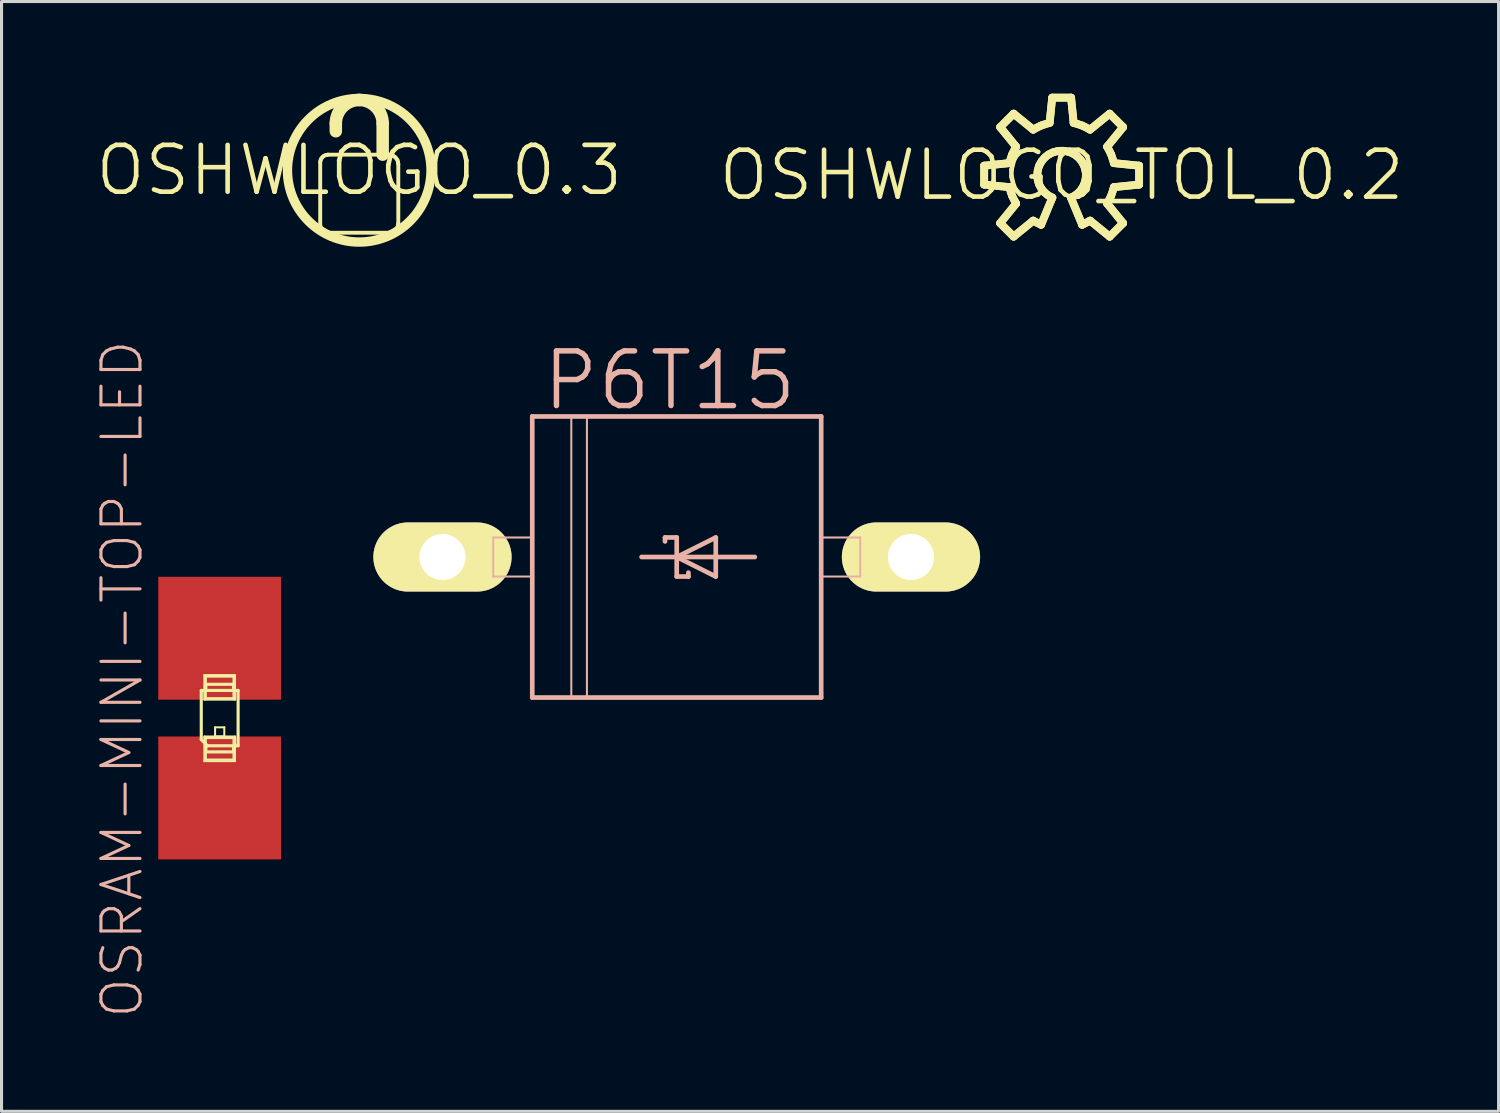
<source format=kicad_pcb>
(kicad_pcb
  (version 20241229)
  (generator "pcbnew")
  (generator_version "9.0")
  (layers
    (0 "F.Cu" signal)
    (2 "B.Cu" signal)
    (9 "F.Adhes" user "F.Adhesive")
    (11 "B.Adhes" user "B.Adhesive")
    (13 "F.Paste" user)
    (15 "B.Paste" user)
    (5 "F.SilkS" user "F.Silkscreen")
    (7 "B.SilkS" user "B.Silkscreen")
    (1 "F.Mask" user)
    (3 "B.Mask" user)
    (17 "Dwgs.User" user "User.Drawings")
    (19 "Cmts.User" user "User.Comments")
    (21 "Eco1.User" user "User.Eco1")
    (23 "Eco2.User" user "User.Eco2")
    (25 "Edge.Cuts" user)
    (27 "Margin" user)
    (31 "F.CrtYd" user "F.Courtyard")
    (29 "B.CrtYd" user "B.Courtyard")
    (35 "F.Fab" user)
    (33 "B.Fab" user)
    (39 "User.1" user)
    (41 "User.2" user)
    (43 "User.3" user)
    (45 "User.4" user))
  (footprint "OSHWLOGO_TOL_0.2"
    (layer "F.Cu")
    (at 31.484 2.647)
    (property "Reference" "OSHWLOGO_TOL_0.2" (at 0 0 0) (layer "F.SilkS") (effects (font (size 1.524 1.524) (thickness 0.15))))
    (attr exclude_from_pos_files exclude_from_bom)
    (fp_line (start -2.52 -0.307) (end -2.52 0.307) (stroke (width 0.254) (type solid)) (layer "F.SilkS"))
    (fp_line (start -2.52 -0.307) (end -2.52 0.307) (stroke (width 0.254) (type solid)) (layer "F.SilkS"))
    (fp_line (start -2.52 0.307) (end -1.699 0.391) (stroke (width 0.254) (type solid)) (layer "F.SilkS"))
    (fp_line (start -2.52 0.307) (end -1.699 0.391) (stroke (width 0.254) (type solid)) (layer "F.SilkS"))
    (fp_line (start -1.999 -1.562) (end -1.481 -0.925) (stroke (width 0.254) (type solid)) (layer "F.SilkS"))
    (fp_line (start -1.999 -1.562) (end -1.481 -0.925) (stroke (width 0.254) (type solid)) (layer "F.SilkS"))
    (fp_line (start -1.999 1.562) (end -1.562 1.999) (stroke (width 0.254) (type solid)) (layer "F.SilkS"))
    (fp_line (start -1.999 1.562) (end -1.562 1.999) (stroke (width 0.254) (type solid)) (layer "F.SilkS"))
    (fp_line (start -1.699 -0.391) (end -2.52 -0.307) (stroke (width 0.254) (type solid)) (layer "F.SilkS"))
    (fp_line (start -1.699 -0.391) (end -2.52 -0.307) (stroke (width 0.254) (type solid)) (layer "F.SilkS"))
    (fp_line (start -1.699 0.391) (end -1.613 0.668) (stroke (width 0.254) (type solid)) (layer "F.SilkS"))
    (fp_line (start -1.613 -0.668) (end -1.699 -0.391) (stroke (width 0.254) (type solid)) (layer "F.SilkS"))
    (fp_line (start -1.613 0.668) (end -1.481 0.925) (stroke (width 0.254) (type solid)) (layer "F.SilkS"))
    (fp_line (start -1.562 -1.999) (end -1.999 -1.562) (stroke (width 0.254) (type solid)) (layer "F.SilkS"))
    (fp_line (start -1.562 -1.999) (end -1.999 -1.562) (stroke (width 0.254) (type solid)) (layer "F.SilkS"))
    (fp_line (start -1.562 1.999) (end -0.925 1.481) (stroke (width 0.254) (type solid)) (layer "F.SilkS"))
    (fp_line (start -1.562 1.999) (end -0.925 1.481) (stroke (width 0.254) (type solid)) (layer "F.SilkS"))
    (fp_line (start -1.481 -0.925) (end -1.613 -0.668) (stroke (width 0.254) (type solid)) (layer "F.SilkS"))
    (fp_line (start -1.481 0.925) (end -1.999 1.562) (stroke (width 0.254) (type solid)) (layer "F.SilkS"))
    (fp_line (start -1.481 0.925) (end -1.999 1.562) (stroke (width 0.254) (type solid)) (layer "F.SilkS"))
    (fp_line (start -0.925 -1.481) (end -1.562 -1.999) (stroke (width 0.254) (type solid)) (layer "F.SilkS"))
    (fp_line (start -0.925 -1.481) (end -1.562 -1.999) (stroke (width 0.254) (type solid)) (layer "F.SilkS"))
    (fp_line (start -0.925 1.481) (end -0.668 1.613) (stroke (width 0.254) (type solid)) (layer "F.SilkS"))
    (fp_line (start -0.792 0) (end -0.775 -0.16) (stroke (width 0.254) (type solid)) (layer "F.SilkS"))
    (fp_line (start -0.777 0.152) (end -0.792 0) (stroke (width 0.254) (type solid)) (layer "F.SilkS"))
    (fp_line (start -0.775 -0.16) (end -0.726 -0.315) (stroke (width 0.254) (type solid)) (layer "F.SilkS"))
    (fp_line (start -0.732 0.302) (end -0.777 0.152) (stroke (width 0.254) (type solid)) (layer "F.SilkS"))
    (fp_line (start -0.726 -0.315) (end -0.645 -0.457) (stroke (width 0.254) (type solid)) (layer "F.SilkS"))
    (fp_line (start -0.668 -1.613) (end -0.925 -1.481) (stroke (width 0.254) (type solid)) (layer "F.SilkS"))
    (fp_line (start -0.668 1.613) (end -0.302 0.732) (stroke (width 0.254) (type solid)) (layer "F.SilkS"))
    (fp_line (start -0.668 1.613) (end -0.302 0.732) (stroke (width 0.254) (type solid)) (layer "F.SilkS"))
    (fp_line (start -0.658 0.439) (end -0.732 0.302) (stroke (width 0.254) (type solid)) (layer "F.SilkS"))
    (fp_line (start -0.645 -0.457) (end -0.538 -0.582) (stroke (width 0.254) (type solid)) (layer "F.SilkS"))
    (fp_line (start -0.559 0.559) (end -0.658 0.439) (stroke (width 0.254) (type solid)) (layer "F.SilkS"))
    (fp_line (start -0.538 -0.582) (end -0.409 -0.678) (stroke (width 0.254) (type solid)) (layer "F.SilkS"))
    (fp_line (start -0.439 0.658) (end -0.559 0.559) (stroke (width 0.254) (type solid)) (layer "F.SilkS"))
    (fp_line (start -0.409 -0.678) (end -0.262 -0.747) (stroke (width 0.254) (type solid)) (layer "F.SilkS"))
    (fp_line (start -0.391 -1.699) (end -0.668 -1.613) (stroke (width 0.254) (type solid)) (layer "F.SilkS"))
    (fp_line (start -0.307 -2.52) (end -0.391 -1.699) (stroke (width 0.254) (type solid)) (layer "F.SilkS"))
    (fp_line (start -0.307 -2.52) (end -0.391 -1.699) (stroke (width 0.254) (type solid)) (layer "F.SilkS"))
    (fp_line (start -0.302 0.732) (end -0.439 0.658) (stroke (width 0.254) (type solid)) (layer "F.SilkS"))
    (fp_line (start -0.262 -0.747) (end -0.102 -0.785) (stroke (width 0.254) (type solid)) (layer "F.SilkS"))
    (fp_line (start -0.102 -0.785) (end 0.058 -0.79) (stroke (width 0.254) (type solid)) (layer "F.SilkS"))
    (fp_line (start 0.058 -0.79) (end 0.218 -0.762) (stroke (width 0.254) (type solid)) (layer "F.SilkS"))
    (fp_line (start 0.218 -0.762) (end 0.371 -0.701) (stroke (width 0.254) (type solid)) (layer "F.SilkS"))
    (fp_line (start 0.302 0.732) (end 0.668 1.613) (stroke (width 0.254) (type solid)) (layer "F.SilkS"))
    (fp_line (start 0.302 0.732) (end 0.668 1.613) (stroke (width 0.254) (type solid)) (layer "F.SilkS"))
    (fp_line (start 0.307 -2.52) (end -0.307 -2.52) (stroke (width 0.254) (type solid)) (layer "F.SilkS"))
    (fp_line (start 0.307 -2.52) (end -0.307 -2.52) (stroke (width 0.254) (type solid)) (layer "F.SilkS"))
    (fp_line (start 0.371 -0.701) (end 0.505 -0.61) (stroke (width 0.254) (type solid)) (layer "F.SilkS"))
    (fp_line (start 0.391 -1.699) (end 0.307 -2.52) (stroke (width 0.254) (type solid)) (layer "F.SilkS"))
    (fp_line (start 0.391 -1.699) (end 0.307 -2.52) (stroke (width 0.254) (type solid)) (layer "F.SilkS"))
    (fp_line (start 0.447 0.655) (end 0.302 0.732) (stroke (width 0.254) (type solid)) (layer "F.SilkS"))
    (fp_line (start 0.505 -0.61) (end 0.62 -0.493) (stroke (width 0.254) (type solid)) (layer "F.SilkS"))
    (fp_line (start 0.572 0.549) (end 0.447 0.655) (stroke (width 0.254) (type solid)) (layer "F.SilkS"))
    (fp_line (start 0.62 -0.493) (end 0.706 -0.356) (stroke (width 0.254) (type solid)) (layer "F.SilkS"))
    (fp_line (start 0.668 -1.613) (end 0.391 -1.699) (stroke (width 0.254) (type solid)) (layer "F.SilkS"))
    (fp_line (start 0.668 1.613) (end 0.925 1.481) (stroke (width 0.254) (type solid)) (layer "F.SilkS"))
    (fp_line (start 0.671 0.422) (end 0.572 0.549) (stroke (width 0.254) (type solid)) (layer "F.SilkS"))
    (fp_line (start 0.706 -0.356) (end 0.765 -0.203) (stroke (width 0.254) (type solid)) (layer "F.SilkS"))
    (fp_line (start 0.742 0.274) (end 0.671 0.422) (stroke (width 0.254) (type solid)) (layer "F.SilkS"))
    (fp_line (start 0.765 -0.203) (end 0.79 -0.043) (stroke (width 0.254) (type solid)) (layer "F.SilkS"))
    (fp_line (start 0.782 0.117) (end 0.742 0.274) (stroke (width 0.254) (type solid)) (layer "F.SilkS"))
    (fp_line (start 0.79 -0.043) (end 0.782 0.117) (stroke (width 0.254) (type solid)) (layer "F.SilkS"))
    (fp_line (start 0.925 -1.481) (end 0.668 -1.613) (stroke (width 0.254) (type solid)) (layer "F.SilkS"))
    (fp_line (start 0.925 1.481) (end 1.562 1.999) (stroke (width 0.254) (type solid)) (layer "F.SilkS"))
    (fp_line (start 0.925 1.481) (end 1.562 1.999) (stroke (width 0.254) (type solid)) (layer "F.SilkS"))
    (fp_line (start 1.481 -0.925) (end 1.999 -1.562) (stroke (width 0.254) (type solid)) (layer "F.SilkS"))
    (fp_line (start 1.481 -0.925) (end 1.999 -1.562) (stroke (width 0.254) (type solid)) (layer "F.SilkS"))
    (fp_line (start 1.481 0.925) (end 1.613 0.668) (stroke (width 0.254) (type solid)) (layer "F.SilkS"))
    (fp_line (start 1.562 -1.999) (end 0.925 -1.481) (stroke (width 0.254) (type solid)) (layer "F.SilkS"))
    (fp_line (start 1.562 -1.999) (end 0.925 -1.481) (stroke (width 0.254) (type solid)) (layer "F.SilkS"))
    (fp_line (start 1.562 1.999) (end 1.999 1.562) (stroke (width 0.254) (type solid)) (layer "F.SilkS"))
    (fp_line (start 1.562 1.999) (end 1.999 1.562) (stroke (width 0.254) (type solid)) (layer "F.SilkS"))
    (fp_line (start 1.613 -0.668) (end 1.481 -0.925) (stroke (width 0.254) (type solid)) (layer "F.SilkS"))
    (fp_line (start 1.613 0.668) (end 1.699 0.391) (stroke (width 0.254) (type solid)) (layer "F.SilkS"))
    (fp_line (start 1.699 -0.391) (end 1.613 -0.668) (stroke (width 0.254) (type solid)) (layer "F.SilkS"))
    (fp_line (start 1.699 0.391) (end 2.52 0.307) (stroke (width 0.254) (type solid)) (layer "F.SilkS"))
    (fp_line (start 1.699 0.391) (end 2.52 0.307) (stroke (width 0.254) (type solid)) (layer "F.SilkS"))
    (fp_line (start 1.999 -1.562) (end 1.562 -1.999) (stroke (width 0.254) (type solid)) (layer "F.SilkS"))
    (fp_line (start 1.999 -1.562) (end 1.562 -1.999) (stroke (width 0.254) (type solid)) (layer "F.SilkS"))
    (fp_line (start 1.999 1.562) (end 1.481 0.925) (stroke (width 0.254) (type solid)) (layer "F.SilkS"))
    (fp_line (start 1.999 1.562) (end 1.481 0.925) (stroke (width 0.254) (type solid)) (layer "F.SilkS"))
    (fp_line (start 2.52 -0.307) (end 1.699 -0.391) (stroke (width 0.254) (type solid)) (layer "F.SilkS"))
    (fp_line (start 2.52 -0.307) (end 1.699 -0.391) (stroke (width 0.254) (type solid)) (layer "F.SilkS"))
    (fp_line (start 2.52 0.307) (end 2.52 -0.307) (stroke (width 0.254) (type solid)) (layer "F.SilkS"))
    (fp_line (start 2.52 0.307) (end 2.52 -0.307) (stroke (width 0.254) (type solid)) (layer "F.SilkS"))
    (fp_arc (start -1.69926 -0.39116) (mid -1.611396 -0.666254) (end -1.479333 -0.923074) (stroke (width 0.254) (type solid)) (layer "F.SilkS"))
    (fp_arc (start -1.48082 0.92456) (mid -1.613108 0.667475) (end -1.70115 0.392081) (stroke (width 0.254) (type solid)) (layer "F.SilkS"))
    (fp_arc (start -0.92456 -1.48082) (mid -0.667475 -1.613108) (end -0.392081 -1.70115) (stroke (width 0.254) (type solid)) (layer "F.SilkS"))
    (fp_arc (start -0.79248 0) (mid 0.439703 -0.659307) (end 0.304546 0.731626) (stroke (width 0.254) (type solid)) (layer "F.SilkS"))
    (fp_arc (start -0.66802 1.6129) (mid -0.799287 1.552043) (end -0.925064 1.480525) (stroke (width 0.254) (type solid)) (layer "F.SilkS"))
    (fp_arc (start -0.30226 0.73152) (mid -0.657731 0.44031) (end -0.791506 0.000689) (stroke (width 0.254) (type solid)) (layer "F.SilkS"))
    (fp_arc (start 0.39116 -1.69926) (mid 0.666254 -1.611396) (end 0.923074 -1.479333) (stroke (width 0.254) (type solid)) (layer "F.SilkS"))
    (fp_arc (start 0.92456 1.48082) (mid 0.79876 1.552295) (end 0.667474 1.613108) (stroke (width 0.254) (type solid)) (layer "F.SilkS"))
    (fp_arc (start 1.48082 -0.92456) (mid 1.613108 -0.667475) (end 1.70115 -0.392081) (stroke (width 0.254) (type solid)) (layer "F.SilkS"))
    (fp_arc (start 1.69926 0.39116) (mid 1.611396 0.666254) (end 1.479333 0.923074) (stroke (width 0.254) (type solid)) (layer "F.SilkS")))
  (footprint "OSHWLOGO_0.3"
    (layer "F.Cu")
    (at 8.636 2.489)
    (property "Reference" "OSHWLOGO_0.3" (at 0 0 0) (layer "F.SilkS") (effects (font (size 1.524 1.524) (thickness 0.15))))
    (attr exclude_from_pos_files exclude_from_bom)
    (fp_line (start -1.27 -0.254) (end -1.26 -0.318) (stroke (width 0.127) (type solid)) (layer "F.SilkS"))
    (fp_line (start -1.27 1.778) (end -1.27 -0.254) (stroke (width 0.127) (type solid)) (layer "F.SilkS"))
    (fp_line (start -1.26 -0.318) (end -1.234 -0.381) (stroke (width 0.127) (type solid)) (layer "F.SilkS"))
    (fp_line (start -1.26 1.841) (end -1.27 1.778) (stroke (width 0.127) (type solid)) (layer "F.SilkS"))
    (fp_line (start -1.234 -0.381) (end -1.194 -0.432) (stroke (width 0.127) (type solid)) (layer "F.SilkS"))
    (fp_line (start -1.234 1.905) (end -1.26 1.841) (stroke (width 0.127) (type solid)) (layer "F.SilkS"))
    (fp_line (start -1.194 -0.432) (end -1.143 -0.472) (stroke (width 0.127) (type solid)) (layer "F.SilkS"))
    (fp_line (start -1.194 1.956) (end -1.234 1.905) (stroke (width 0.127) (type solid)) (layer "F.SilkS"))
    (fp_line (start -1.143 -0.472) (end -1.079 -0.498) (stroke (width 0.127) (type solid)) (layer "F.SilkS"))
    (fp_line (start -1.143 1.996) (end -1.194 1.956) (stroke (width 0.127) (type solid)) (layer "F.SilkS"))
    (fp_line (start -1.079 -0.498) (end -1.016 -0.508) (stroke (width 0.127) (type solid)) (layer "F.SilkS"))
    (fp_line (start -1.079 2.022) (end -1.143 1.996) (stroke (width 0.127) (type solid)) (layer "F.SilkS"))
    (fp_line (start -1.016 -0.508) (end 0.965 -0.508) (stroke (width 0.127) (type solid)) (layer "F.SilkS"))
    (fp_line (start -1.016 2.032) (end -1.079 2.022) (stroke (width 0.127) (type solid)) (layer "F.SilkS"))
    (fp_line (start -0.762 -1.524) (end -0.762 -1.27) (stroke (width 0.406) (type solid)) (layer "F.SilkS"))
    (fp_line (start 0.762 -0.508) (end 0.762 -1.524) (stroke (width 0.406) (type solid)) (layer "F.SilkS"))
    (fp_line (start 0.965 -0.508) (end 1.031 -0.498) (stroke (width 0.127) (type solid)) (layer "F.SilkS"))
    (fp_line (start 0.965 2.032) (end -1.016 2.032) (stroke (width 0.127) (type solid)) (layer "F.SilkS"))
    (fp_line (start 1.031 -0.498) (end 1.097 -0.478) (stroke (width 0.127) (type solid)) (layer "F.SilkS"))
    (fp_line (start 1.031 2.022) (end 0.965 2.032) (stroke (width 0.127) (type solid)) (layer "F.SilkS"))
    (fp_line (start 1.097 -0.478) (end 1.153 -0.439) (stroke (width 0.127) (type solid)) (layer "F.SilkS"))
    (fp_line (start 1.097 2.002) (end 1.031 2.022) (stroke (width 0.127) (type solid)) (layer "F.SilkS"))
    (fp_line (start 1.153 -0.439) (end 1.201 -0.391) (stroke (width 0.127) (type solid)) (layer "F.SilkS"))
    (fp_line (start 1.153 1.963) (end 1.097 2.002) (stroke (width 0.127) (type solid)) (layer "F.SilkS"))
    (fp_line (start 1.201 -0.391) (end 1.24 -0.335) (stroke (width 0.127) (type solid)) (layer "F.SilkS"))
    (fp_line (start 1.201 1.915) (end 1.153 1.963) (stroke (width 0.127) (type solid)) (layer "F.SilkS"))
    (fp_line (start 1.24 -0.335) (end 1.26 -0.269) (stroke (width 0.127) (type solid)) (layer "F.SilkS"))
    (fp_line (start 1.24 1.859) (end 1.201 1.915) (stroke (width 0.127) (type solid)) (layer "F.SilkS"))
    (fp_line (start 1.26 -0.269) (end 1.27 -0.203) (stroke (width 0.127) (type solid)) (layer "F.SilkS"))
    (fp_line (start 1.26 1.793) (end 1.24 1.859) (stroke (width 0.127) (type solid)) (layer "F.SilkS"))
    (fp_line (start 1.27 -0.203) (end 1.27 1.727) (stroke (width 0.127) (type solid)) (layer "F.SilkS"))
    (fp_line (start 1.27 1.727) (end 1.26 1.793) (stroke (width 0.127) (type solid)) (layer "F.SilkS"))
    (fp_arc (start -0.762 -1.524) (mid -0.538815 -2.062815) (end 0 -2.286) (stroke (width 0.4064) (type solid)) (layer "F.SilkS"))
    (fp_arc (start 0 -2.286) (mid 0.538815 -2.062815) (end 0.762 -1.524) (stroke (width 0.4064) (type solid)) (layer "F.SilkS"))
    (fp_circle (center 0 0) (end -1.651 1.651) (stroke (width 0.305) (type solid)) (fill no) (layer "F.SilkS")))
  (footprint "OSRAM-MINI-TOP-LED"
    (layer "F.Cu")
    (at 4.096 20.309)
    (property "Reference" "OSRAM-MINI-TOP-LED" (at -3.175 -1.27 90) (layer "B.SilkS") (effects (font (size 1.27 1.27) (thickness 0.102))))
    (attr smd)
    (fp_line (start -0.599 -0.899) (end -0.599 0.699) (stroke (width 0.102) (type solid)) (layer "F.SilkS"))
    (fp_line (start -0.599 0.699) (end -0.399 0.899) (stroke (width 0.102) (type solid)) (layer "F.SilkS"))
    (fp_line (start -0.498 -1.4) (end 0.498 -1.4) (stroke (width 0.066) (type solid)) (layer "F.SilkS"))
    (fp_line (start -0.498 -0.599) (end -0.498 -1.4) (stroke (width 0.066) (type solid)) (layer "F.SilkS"))
    (fp_line (start -0.498 -0.599) (end 0.498 -0.599) (stroke (width 0.066) (type solid)) (layer "F.SilkS"))
    (fp_line (start -0.498 0.599) (end 0.498 0.599) (stroke (width 0.066) (type solid)) (layer "F.SilkS"))
    (fp_line (start -0.498 1.4) (end -0.498 0.599) (stroke (width 0.066) (type solid)) (layer "F.SilkS"))
    (fp_line (start -0.498 1.4) (end 0.498 1.4) (stroke (width 0.066) (type solid)) (layer "F.SilkS"))
    (fp_line (start -0.45 -1.349) (end 0.45 -1.349) (stroke (width 0.066) (type solid)) (layer "F.SilkS"))
    (fp_line (start -0.45 -1.1) (end 0.45 -1.1) (stroke (width 0.102) (type solid)) (layer "F.SilkS"))
    (fp_line (start -0.45 -0.95) (end -0.45 -1.1) (stroke (width 0.102) (type solid)) (layer "F.SilkS"))
    (fp_line (start -0.45 -0.648) (end -0.45 -1.349) (stroke (width 0.066) (type solid)) (layer "F.SilkS"))
    (fp_line (start -0.45 -0.648) (end 0.45 -0.648) (stroke (width 0.066) (type solid)) (layer "F.SilkS"))
    (fp_line (start -0.45 0.648) (end 0.45 0.648) (stroke (width 0.066) (type solid)) (layer "F.SilkS"))
    (fp_line (start -0.45 0.899) (end -0.45 1.1) (stroke (width 0.102) (type solid)) (layer "F.SilkS"))
    (fp_line (start -0.45 0.899) (end -0.399 0.899) (stroke (width 0.102) (type solid)) (layer "F.SilkS"))
    (fp_line (start -0.45 1.1) (end 0.45 1.1) (stroke (width 0.102) (type solid)) (layer "F.SilkS"))
    (fp_line (start -0.45 1.349) (end -0.45 0.648) (stroke (width 0.066) (type solid)) (layer "F.SilkS"))
    (fp_line (start -0.45 1.349) (end 0.45 1.349) (stroke (width 0.066) (type solid)) (layer "F.SilkS"))
    (fp_line (start -0.399 0.899) (end 0.599 0.899) (stroke (width 0.102) (type solid)) (layer "F.SilkS"))
    (fp_line (start -0.15 0.3) (end 0.15 0.3) (stroke (width 0.066) (type solid)) (layer "F.SilkS"))
    (fp_line (start -0.15 0.599) (end -0.15 0.3) (stroke (width 0.066) (type solid)) (layer "F.SilkS"))
    (fp_line (start -0.15 0.599) (end 0.15 0.599) (stroke (width 0.066) (type solid)) (layer "F.SilkS"))
    (fp_line (start 0.15 0.599) (end 0.15 0.3) (stroke (width 0.066) (type solid)) (layer "F.SilkS"))
    (fp_line (start 0.45 -1.1) (end 0.45 -0.95) (stroke (width 0.102) (type solid)) (layer "F.SilkS"))
    (fp_line (start 0.45 -0.648) (end 0.45 -1.349) (stroke (width 0.066) (type solid)) (layer "F.SilkS"))
    (fp_line (start 0.45 1.1) (end 0.45 0.95) (stroke (width 0.102) (type solid)) (layer "F.SilkS"))
    (fp_line (start 0.45 1.349) (end 0.45 0.648) (stroke (width 0.066) (type solid)) (layer "F.SilkS"))
    (fp_line (start 0.498 -0.599) (end 0.498 -1.4) (stroke (width 0.066) (type solid)) (layer "F.SilkS"))
    (fp_line (start 0.498 1.4) (end 0.498 0.599) (stroke (width 0.066) (type solid)) (layer "F.SilkS"))
    (fp_line (start 0.599 -0.899) (end -0.599 -0.899) (stroke (width 0.102) (type solid)) (layer "F.SilkS"))
    (fp_line (start 0.599 0.899) (end 0.599 -0.899) (stroke (width 0.102) (type solid)) (layer "F.SilkS"))
    (pad "A" smd rect (at 0 -2.598) (size 3.998 3.998) (layers "F.Cu" "F.Mask" "F.Paste"))
    (pad "C" smd rect (at 0 2.598) (size 3.998 3.998) (layers "F.Cu" "F.Mask" "F.Paste")))
  (footprint "P6T15"
    (layer "F.Cu")
    (at 18.963 15.069)
    (property "Reference" "P6T15" (at -0.229 -5.74 0) (layer "B.SilkS") (effects (font (size 1.778 1.778) (thickness 0.178))))
    (attr exclude_from_pos_files exclude_from_bom)
    (fp_line (start -7.62 0) (end -6.223 0) (stroke (width 1.27) (type solid)) (layer "F.SilkS"))
    (fp_line (start 7.62 0) (end 6.223 0) (stroke (width 1.27) (type solid)) (layer "F.SilkS"))
    (fp_line (start -5.969 -0.635) (end -4.699 -0.635) (stroke (width 0.066) (type solid)) (layer "B.SilkS"))
    (fp_line (start -5.969 0.635) (end -5.969 -0.635) (stroke (width 0.066) (type solid)) (layer "B.SilkS"))
    (fp_line (start -5.969 0.635) (end -4.699 0.635) (stroke (width 0.066) (type solid)) (layer "B.SilkS"))
    (fp_line (start -4.699 -4.572) (end 4.699 -4.572) (stroke (width 0.152) (type solid)) (layer "B.SilkS"))
    (fp_line (start -4.699 0.635) (end -4.699 -0.635) (stroke (width 0.066) (type solid)) (layer "B.SilkS"))
    (fp_line (start -4.699 4.572) (end -4.699 -4.572) (stroke (width 0.152) (type solid)) (layer "B.SilkS"))
    (fp_line (start -3.429 -4.572) (end -2.921 -4.572) (stroke (width 0.066) (type solid)) (layer "B.SilkS"))
    (fp_line (start -3.429 4.572) (end -3.429 -4.572) (stroke (width 0.066) (type solid)) (layer "B.SilkS"))
    (fp_line (start -3.429 4.572) (end -2.921 4.572) (stroke (width 0.066) (type solid)) (layer "B.SilkS"))
    (fp_line (start -2.921 4.572) (end -2.921 -4.572) (stroke (width 0.066) (type solid)) (layer "B.SilkS"))
    (fp_line (start -1.143 0) (end 0 0) (stroke (width 0.152) (type solid)) (layer "B.SilkS"))
    (fp_line (start -0.381 -0.635) (end 0 -0.635) (stroke (width 0.152) (type solid)) (layer "B.SilkS"))
    (fp_line (start -0.381 -0.508) (end -0.381 -0.635) (stroke (width 0.152) (type solid)) (layer "B.SilkS"))
    (fp_line (start 0 -0.635) (end 0 0) (stroke (width 0.152) (type solid)) (layer "B.SilkS"))
    (fp_line (start 0 0) (end 1.27 -0.635) (stroke (width 0.152) (type solid)) (layer "B.SilkS"))
    (fp_line (start 0 0) (end 2.54 0) (stroke (width 0.152) (type solid)) (layer "B.SilkS"))
    (fp_line (start 0 0.635) (end 0 0) (stroke (width 0.152) (type solid)) (layer "B.SilkS"))
    (fp_line (start 0.381 0.508) (end 0.381 0.635) (stroke (width 0.152) (type solid)) (layer "B.SilkS"))
    (fp_line (start 0.381 0.635) (end 0 0.635) (stroke (width 0.152) (type solid)) (layer "B.SilkS"))
    (fp_line (start 1.27 -0.635) (end 1.27 0.635) (stroke (width 0.152) (type solid)) (layer "B.SilkS"))
    (fp_line (start 1.27 0.635) (end 0 0) (stroke (width 0.152) (type solid)) (layer "B.SilkS"))
    (fp_line (start 4.699 -4.572) (end 4.699 4.572) (stroke (width 0.152) (type solid)) (layer "B.SilkS"))
    (fp_line (start 4.699 -0.635) (end 5.969 -0.635) (stroke (width 0.066) (type solid)) (layer "B.SilkS"))
    (fp_line (start 4.699 0.635) (end 4.699 -0.635) (stroke (width 0.066) (type solid)) (layer "B.SilkS"))
    (fp_line (start 4.699 0.635) (end 5.969 0.635) (stroke (width 0.066) (type solid)) (layer "B.SilkS"))
    (fp_line (start 4.699 4.572) (end -4.699 4.572) (stroke (width 0.152) (type solid)) (layer "B.SilkS"))
    (fp_line (start 5.969 0.635) (end 5.969 -0.635) (stroke (width 0.066) (type solid)) (layer "B.SilkS"))
    (pad "A" thru_hole oval (at 7.62 0 90) (size 2.248 4.496) (drill 1.499) (layers "*.Cu" "F.Mask" "F.SilkS" "F.Paste"))
    (pad "C" thru_hole oval (at -7.62 0 90) (size 2.248 4.496) (drill 1.499) (layers "*.Cu" "F.Mask" "F.SilkS" "F.Paste")))
  (gr_rect
    (start -3 -3)
    (end 45.697 33.101)
    (stroke (width 0.1) (type default))
    (fill no)
    (layer "Edge.Cuts")))
</source>
